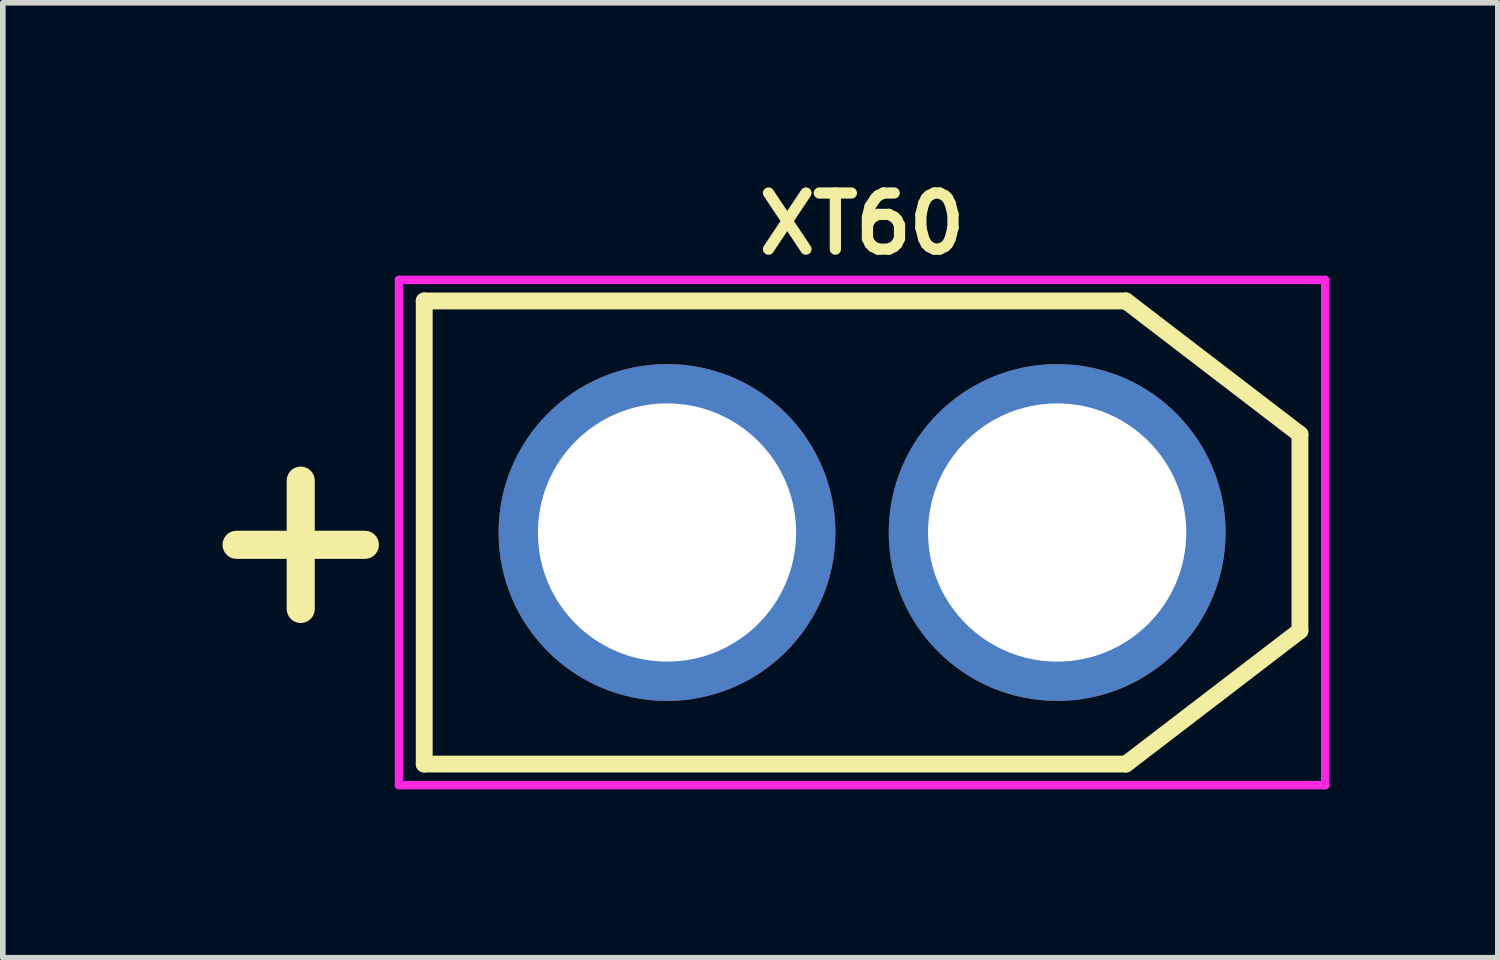
<source format=kicad_pcb>
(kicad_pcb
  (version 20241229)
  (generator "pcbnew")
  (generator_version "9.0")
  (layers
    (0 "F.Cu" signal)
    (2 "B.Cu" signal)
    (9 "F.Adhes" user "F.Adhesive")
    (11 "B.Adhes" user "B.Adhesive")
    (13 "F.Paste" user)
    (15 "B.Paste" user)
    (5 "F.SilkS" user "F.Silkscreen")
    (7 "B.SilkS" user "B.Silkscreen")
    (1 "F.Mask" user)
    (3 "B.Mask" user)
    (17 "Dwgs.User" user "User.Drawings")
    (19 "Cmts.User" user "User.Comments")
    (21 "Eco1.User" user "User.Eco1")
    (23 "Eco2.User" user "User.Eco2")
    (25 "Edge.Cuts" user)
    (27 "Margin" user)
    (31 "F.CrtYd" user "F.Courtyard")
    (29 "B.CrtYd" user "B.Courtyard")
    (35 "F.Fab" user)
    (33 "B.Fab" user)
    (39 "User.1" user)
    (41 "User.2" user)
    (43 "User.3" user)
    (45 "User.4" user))
  (footprint "XT60"
    (layer "F.Cu")
    (at 12.307 6.436)
    (property "Reference" "XT60" (at 0 -5.5 0) (layer "F.SilkS") (effects (font (size 1 1) (thickness 0.2))))
    (attr through_hole)
    (fp_line (start -7.8 -4.125) (end -7.8 4.125) (stroke (width 0.3) (type solid)) (layer "F.SilkS"))
    (fp_line (start -7.8 -4.125) (end 4.7 -4.125) (stroke (width 0.3) (type solid)) (layer "F.SilkS"))
    (fp_line (start -7.8 4.125) (end 4.7 4.125) (stroke (width 0.3) (type solid)) (layer "F.SilkS"))
    (fp_line (start 4.7 -4.125) (end 7.8 -1.75) (stroke (width 0.3) (type solid)) (layer "F.SilkS"))
    (fp_line (start 4.7 4.125) (end 7.8 1.75) (stroke (width 0.3) (type solid)) (layer "F.SilkS"))
    (fp_line (start 7.8 -1.75) (end 7.8 1.75) (stroke (width 0.3) (type solid)) (layer "F.SilkS"))
    (fp_line (start -8.25 -4.5) (end -8.25 4.5) (stroke (width 0.15) (type solid)) (layer "F.CrtYd"))
    (fp_line (start -8.25 4.5) (end 8.25 4.5) (stroke (width 0.15) (type solid)) (layer "F.CrtYd"))
    (fp_line (start 8.25 -4.5) (end -8.25 -4.5) (stroke (width 0.15) (type solid)) (layer "F.CrtYd"))
    (fp_line (start 8.25 4.5) (end 8.25 -4.5) (stroke (width 0.15) (type solid)) (layer "F.CrtYd"))
    (fp_text user "+" (at -10 0 0) (layer "F.SilkS") (effects (font (size 3 3) (thickness 0.5))))
    (pad "1" thru_hole circle (at -3.475 0) (size 6 6) (drill 4.6) (layers "*.Cu" "*.Mask"))
    (pad "2" thru_hole circle (at 3.475 0) (size 6 6) (drill 4.6) (layers "*.Cu" "*.Mask")))
  (gr_rect
    (start -3 -3)
    (end 23.632 14.011)
    (stroke (width 0.1) (type default))
    (fill no)
    (layer "Edge.Cuts")))
</source>
